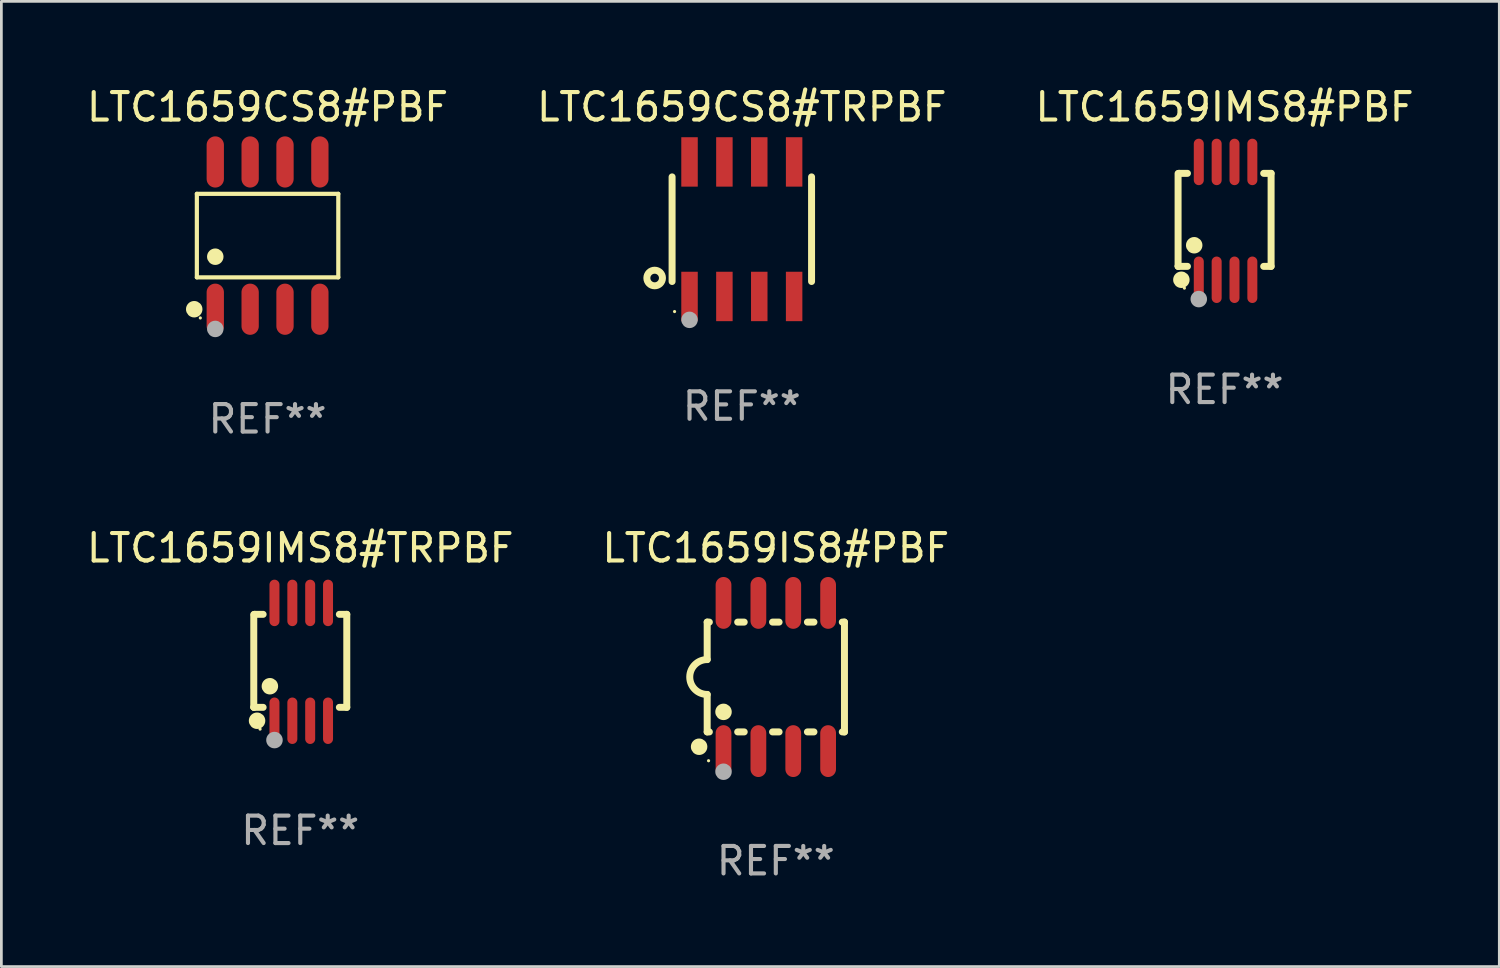
<source format=kicad_pcb>
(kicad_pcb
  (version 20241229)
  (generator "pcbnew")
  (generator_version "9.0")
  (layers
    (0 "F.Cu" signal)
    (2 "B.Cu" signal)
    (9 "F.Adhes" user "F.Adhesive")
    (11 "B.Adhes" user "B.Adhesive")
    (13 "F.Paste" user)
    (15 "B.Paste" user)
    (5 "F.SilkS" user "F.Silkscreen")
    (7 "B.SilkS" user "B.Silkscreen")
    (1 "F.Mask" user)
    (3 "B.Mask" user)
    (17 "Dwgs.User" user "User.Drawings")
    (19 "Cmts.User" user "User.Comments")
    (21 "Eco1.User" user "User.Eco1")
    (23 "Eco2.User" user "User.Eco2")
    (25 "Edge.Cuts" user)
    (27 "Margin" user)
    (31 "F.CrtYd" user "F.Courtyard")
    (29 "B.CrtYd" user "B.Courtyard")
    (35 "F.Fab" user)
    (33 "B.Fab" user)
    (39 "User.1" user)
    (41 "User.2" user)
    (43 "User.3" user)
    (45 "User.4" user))
  (footprint "LTC1659IS8#PBF"
    (layer "F.Cu")
    (at 25.208 21.609)
    (property "Reference" "LTC1659IS8#PBF" (at 0 -4.699 0) (layer "F.SilkS") (effects (font (size 1 1) (thickness 0.15))))
    (attr through_hole)
    (fp_line (start -2.5 -2) (end -2.5 -0.635) (stroke (width 0.254) (type solid)) (layer "F.SilkS"))
    (fp_line (start -2.5 -2) (end -2.421 -2) (stroke (width 0.254) (type solid)) (layer "F.SilkS"))
    (fp_line (start -2.5 2) (end -2.5 0.635) (stroke (width 0.254) (type solid)) (layer "F.SilkS"))
    (fp_line (start -2.5 2) (end -2.421 2) (stroke (width 0.254) (type solid)) (layer "F.SilkS"))
    (fp_line (start -1.389 -2) (end -1.151 -2) (stroke (width 0.254) (type solid)) (layer "F.SilkS"))
    (fp_line (start -1.389 2) (end -1.151 2) (stroke (width 0.254) (type solid)) (layer "F.SilkS"))
    (fp_line (start -0.119 -2) (end 0.119 -2) (stroke (width 0.254) (type solid)) (layer "F.SilkS"))
    (fp_line (start -0.119 2) (end 0.119 2) (stroke (width 0.254) (type solid)) (layer "F.SilkS"))
    (fp_line (start 1.151 -2) (end 1.389 -2) (stroke (width 0.254) (type solid)) (layer "F.SilkS"))
    (fp_line (start 1.151 2) (end 1.389 2) (stroke (width 0.254) (type solid)) (layer "F.SilkS"))
    (fp_line (start 2.421 -2) (end 2.5 -2) (stroke (width 0.254) (type solid)) (layer "F.SilkS"))
    (fp_line (start 2.421 2) (end 2.5 2) (stroke (width 0.254) (type solid)) (layer "F.SilkS"))
    (fp_line (start 2.5 -2) (end 2.5 2) (stroke (width 0.254) (type solid)) (layer "F.SilkS"))
    (fp_arc (start -2.5 0.635001) (mid -3.134366 -0.000318) (end -2.499365 -0.635001) (stroke (width 0.254001) (type solid)) (layer "F.SilkS"))
    (fp_circle (center -2.794 2.54) (end -2.644 2.54) (stroke (width 0.3) (type solid)) (fill no) (layer "F.SilkS"))
    (fp_circle (center -2.45 3.05) (end -2.42 3.05) (stroke (width 0.06) (type solid)) (fill no) (layer "F.SilkS"))
    (fp_circle (center -1.905 1.27) (end -1.755 1.27) (stroke (width 0.3) (type solid)) (fill no) (layer "F.SilkS"))
    (fp_circle (center -1.905 3.45) (end -1.755 3.45) (stroke (width 0.3) (type solid)) (fill no) (layer "F.Fab"))
    (fp_text user "REF**" (at 0 6.699 0) (layer "F.Fab") (effects (font (size 1 1) (thickness 0.15))))
    (pad "1" smd oval (at -1.905 2.699) (size 0.574 1.888) (layers "F.Cu" "F.Mask" "F.Paste"))
    (pad "2" smd oval (at -0.635 2.699) (size 0.574 1.888) (layers "F.Cu" "F.Mask" "F.Paste"))
    (pad "3" smd oval (at 0.635 2.699) (size 0.574 1.888) (layers "F.Cu" "F.Mask" "F.Paste"))
    (pad "4" smd oval (at 1.905 2.699) (size 0.574 1.888) (layers "F.Cu" "F.Mask" "F.Paste"))
    (pad "5" smd oval (at 1.905 -2.699) (size 0.574 1.888) (layers "F.Cu" "F.Mask" "F.Paste"))
    (pad "6" smd oval (at 0.635 -2.699) (size 0.574 1.888) (layers "F.Cu" "F.Mask" "F.Paste"))
    (pad "7" smd oval (at -0.635 -2.699) (size 0.574 1.888) (layers "F.Cu" "F.Mask" "F.Paste"))
    (pad "8" smd oval (at -1.905 -2.699) (size 0.574 1.888) (layers "F.Cu" "F.Mask" "F.Paste")))
  (footprint "LTC1659CS8#TRPBF"
    (layer "F.Cu")
    (at 23.97 5.298)
    (property "Reference" "LTC1659CS8#TRPBF" (at 0 -4.45 0) (layer "F.SilkS") (effects (font (size 1 1) (thickness 0.15))))
    (attr through_hole)
    (fp_line (start -2.54 -1.905) (end -2.54 1.905) (stroke (width 0.254) (type solid)) (layer "F.SilkS"))
    (fp_line (start 2.54 -1.905) (end 2.54 1.905) (stroke (width 0.254) (type solid)) (layer "F.SilkS"))
    (fp_circle (center -3.175 1.778) (end -2.891 1.778) (stroke (width 0.254) (type solid)) (fill no) (layer "F.SilkS"))
    (fp_circle (center -2.45 3) (end -2.42 3) (stroke (width 0.06) (type solid)) (fill no) (layer "F.SilkS"))
    (fp_circle (center -1.905 3.302) (end -1.755 3.302) (stroke (width 0.3) (type solid)) (fill no) (layer "F.Fab"))
    (fp_text user "REF**" (at 0 6.45 0) (layer "F.Fab") (effects (font (size 1 1) (thickness 0.15))))
    (pad "1" smd rect (at -1.905 2.45) (size 0.6 1.8) (layers "F.Cu" "F.Mask" "F.Paste"))
    (pad "2" smd rect (at -0.635 2.45) (size 0.6 1.8) (layers "F.Cu" "F.Mask" "F.Paste"))
    (pad "3" smd rect (at 0.635 2.45) (size 0.6 1.8) (layers "F.Cu" "F.Mask" "F.Paste"))
    (pad "4" smd rect (at 1.905 2.45) (size 0.6 1.8) (layers "F.Cu" "F.Mask" "F.Paste"))
    (pad "5" smd rect (at 1.905 -2.45 180) (size 0.6 1.8) (layers "F.Cu" "F.Mask" "F.Paste"))
    (pad "6" smd rect (at 0.635 -2.45 180) (size 0.6 1.8) (layers "F.Cu" "F.Mask" "F.Paste"))
    (pad "7" smd rect (at -0.635 -2.45 180) (size 0.6 1.8) (layers "F.Cu" "F.Mask" "F.Paste"))
    (pad "8" smd rect (at -1.905 -2.45 180) (size 0.6 1.8) (layers "F.Cu" "F.Mask" "F.Paste")))
  (footprint "LTC1659IMS8#TRPBF"
    (layer "F.Cu")
    (at 7.887 21.056)
    (property "Reference" "LTC1659IMS8#TRPBF" (at 0 -4.146 0) (layer "F.SilkS") (effects (font (size 1 1) (thickness 0.15))))
    (attr through_hole)
    (fp_line (start -1.694 -1.724) (end -1.694 1.652) (stroke (width 0.254) (type solid)) (layer "F.SilkS"))
    (fp_line (start -1.694 1.652) (end -1.688 1.658) (stroke (width 0.254) (type solid)) (layer "F.SilkS"))
    (fp_line (start -1.688 1.658) (end -1.353 1.658) (stroke (width 0.254) (type solid)) (layer "F.SilkS"))
    (fp_line (start -1.661 -1.73) (end -1.681 -1.71) (stroke (width 0.254) (type solid)) (layer "F.SilkS"))
    (fp_line (start -1.353 -1.73) (end -1.661 -1.73) (stroke (width 0.254) (type solid)) (layer "F.SilkS"))
    (fp_line (start 1.424 1.658) (end 1.694 1.658) (stroke (width 0.254) (type solid)) (layer "F.SilkS"))
    (fp_line (start 1.694 -1.73) (end 1.424 -1.73) (stroke (width 0.254) (type solid)) (layer "F.SilkS"))
    (fp_line (start 1.694 1.658) (end 1.694 -1.73) (stroke (width 0.254) (type solid)) (layer "F.SilkS"))
    (fp_circle (center -1.574 2.146) (end -1.424 2.146) (stroke (width 0.3) (type solid)) (fill no) (layer "F.SilkS"))
    (fp_circle (center -1.464 2.45) (end -1.434 2.45) (stroke (width 0.06) (type solid)) (fill no) (layer "F.SilkS"))
    (fp_circle (center -1.107 0.889) (end -0.957 0.889) (stroke (width 0.3) (type solid)) (fill no) (layer "F.SilkS"))
    (fp_circle (center -0.94 2.85) (end -0.789 2.85) (stroke (width 0.3) (type solid)) (fill no) (layer "F.Fab"))
    (fp_text user "REF**" (at 0 6.146 0) (layer "F.Fab") (effects (font (size 1 1) (thickness 0.15))))
    (pad "1" smd oval (at -0.94 2.146) (size 0.364 1.692) (layers "F.Cu" "F.Mask" "F.Paste"))
    (pad "2" smd oval (at -0.289 2.146) (size 0.364 1.692) (layers "F.Cu" "F.Mask" "F.Paste"))
    (pad "3" smd oval (at 0.361 2.146) (size 0.364 1.692) (layers "F.Cu" "F.Mask" "F.Paste"))
    (pad "4" smd oval (at 1.011 2.146) (size 0.364 1.692) (layers "F.Cu" "F.Mask" "F.Paste"))
    (pad "5" smd oval (at 1.011 -2.146) (size 0.364 1.692) (layers "F.Cu" "F.Mask" "F.Paste"))
    (pad "6" smd oval (at 0.361 -2.146) (size 0.364 1.692) (layers "F.Cu" "F.Mask" "F.Paste"))
    (pad "7" smd oval (at -0.289 -2.146) (size 0.364 1.692) (layers "F.Cu" "F.Mask" "F.Paste"))
    (pad "8" smd oval (at -0.94 -2.146) (size 0.364 1.692) (layers "F.Cu" "F.Mask" "F.Paste")))
  (footprint "LTC1659CS8#PBF"
    (layer "F.Cu")
    (at 6.696 5.531)
    (property "Reference" "LTC1659CS8#PBF" (at 0 -4.682 0) (layer "F.SilkS") (effects (font (size 1 1) (thickness 0.15))))
    (attr through_hole)
    (fp_line (start -2.576 -1.521) (end 2.576 -1.521) (stroke (width 0.152) (type solid)) (layer "F.SilkS"))
    (fp_line (start -2.576 1.521) (end -2.576 -1.521) (stroke (width 0.152) (type solid)) (layer "F.SilkS"))
    (fp_line (start 2.576 -1.521) (end 2.576 1.521) (stroke (width 0.152) (type solid)) (layer "F.SilkS"))
    (fp_line (start 2.576 1.521) (end -2.576 1.521) (stroke (width 0.152) (type solid)) (layer "F.SilkS"))
    (fp_circle (center -2.672 2.682) (end -2.522 2.682) (stroke (width 0.3) (type solid)) (fill no) (layer "F.SilkS"))
    (fp_circle (center -2.45 3) (end -2.42 3) (stroke (width 0.06) (type solid)) (fill no) (layer "F.SilkS"))
    (fp_circle (center -1.905 0.769) (end -1.755 0.769) (stroke (width 0.3) (type solid)) (fill no) (layer "F.SilkS"))
    (fp_circle (center -1.905 3.4) (end -1.755 3.4) (stroke (width 0.3) (type solid)) (fill no) (layer "F.Fab"))
    (fp_text user "REF**" (at 0 6.682 0) (layer "F.Fab") (effects (font (size 1 1) (thickness 0.15))))
    (pad "1" smd oval (at -1.905 2.682) (size 0.63 1.865) (layers "F.Cu" "F.Mask" "F.Paste"))
    (pad "2" smd oval (at -0.635 2.682) (size 0.63 1.865) (layers "F.Cu" "F.Mask" "F.Paste"))
    (pad "3" smd oval (at 0.635 2.682) (size 0.63 1.865) (layers "F.Cu" "F.Mask" "F.Paste"))
    (pad "4" smd oval (at 1.905 2.682) (size 0.63 1.865) (layers "F.Cu" "F.Mask" "F.Paste"))
    (pad "5" smd oval (at 1.905 -2.682) (size 0.63 1.865) (layers "F.Cu" "F.Mask" "F.Paste"))
    (pad "6" smd oval (at 0.635 -2.682) (size 0.63 1.865) (layers "F.Cu" "F.Mask" "F.Paste"))
    (pad "7" smd oval (at -0.635 -2.682) (size 0.63 1.865) (layers "F.Cu" "F.Mask" "F.Paste"))
    (pad "8" smd oval (at -1.905 -2.682) (size 0.63 1.865) (layers "F.Cu" "F.Mask" "F.Paste")))
  (footprint "LTC1659IMS8#PBF"
    (layer "F.Cu")
    (at 41.554 4.994)
    (property "Reference" "LTC1659IMS8#PBF" (at 0 -4.146 0) (layer "F.SilkS") (effects (font (size 1 1) (thickness 0.15))))
    (attr through_hole)
    (fp_line (start -1.694 -1.724) (end -1.694 1.652) (stroke (width 0.254) (type solid)) (layer "F.SilkS"))
    (fp_line (start -1.694 1.652) (end -1.688 1.658) (stroke (width 0.254) (type solid)) (layer "F.SilkS"))
    (fp_line (start -1.688 1.658) (end -1.353 1.658) (stroke (width 0.254) (type solid)) (layer "F.SilkS"))
    (fp_line (start -1.661 -1.73) (end -1.681 -1.71) (stroke (width 0.254) (type solid)) (layer "F.SilkS"))
    (fp_line (start -1.353 -1.73) (end -1.661 -1.73) (stroke (width 0.254) (type solid)) (layer "F.SilkS"))
    (fp_line (start 1.424 1.658) (end 1.694 1.658) (stroke (width 0.254) (type solid)) (layer "F.SilkS"))
    (fp_line (start 1.694 -1.73) (end 1.424 -1.73) (stroke (width 0.254) (type solid)) (layer "F.SilkS"))
    (fp_line (start 1.694 1.658) (end 1.694 -1.73) (stroke (width 0.254) (type solid)) (layer "F.SilkS"))
    (fp_circle (center -1.574 2.146) (end -1.424 2.146) (stroke (width 0.3) (type solid)) (fill no) (layer "F.SilkS"))
    (fp_circle (center -1.464 2.45) (end -1.434 2.45) (stroke (width 0.06) (type solid)) (fill no) (layer "F.SilkS"))
    (fp_circle (center -1.107 0.889) (end -0.957 0.889) (stroke (width 0.3) (type solid)) (fill no) (layer "F.SilkS"))
    (fp_circle (center -0.94 2.85) (end -0.789 2.85) (stroke (width 0.3) (type solid)) (fill no) (layer "F.Fab"))
    (fp_text user "REF**" (at 0 6.146 0) (layer "F.Fab") (effects (font (size 1 1) (thickness 0.15))))
    (pad "1" smd oval (at -0.94 2.146) (size 0.364 1.692) (layers "F.Cu" "F.Mask" "F.Paste"))
    (pad "2" smd oval (at -0.289 2.146) (size 0.364 1.692) (layers "F.Cu" "F.Mask" "F.Paste"))
    (pad "3" smd oval (at 0.361 2.146) (size 0.364 1.692) (layers "F.Cu" "F.Mask" "F.Paste"))
    (pad "4" smd oval (at 1.011 2.146) (size 0.364 1.692) (layers "F.Cu" "F.Mask" "F.Paste"))
    (pad "5" smd oval (at 1.011 -2.146) (size 0.364 1.692) (layers "F.Cu" "F.Mask" "F.Paste"))
    (pad "6" smd oval (at 0.361 -2.146) (size 0.364 1.692) (layers "F.Cu" "F.Mask" "F.Paste"))
    (pad "7" smd oval (at -0.289 -2.146) (size 0.364 1.692) (layers "F.Cu" "F.Mask" "F.Paste"))
    (pad "8" smd oval (at -0.94 -2.146) (size 0.364 1.692) (layers "F.Cu" "F.Mask" "F.Paste")))
  (gr_rect
    (start -3 -3)
    (end 51.56 32.156)
    (stroke (width 0.1) (type default))
    (fill no)
    (layer "Edge.Cuts")))
</source>
